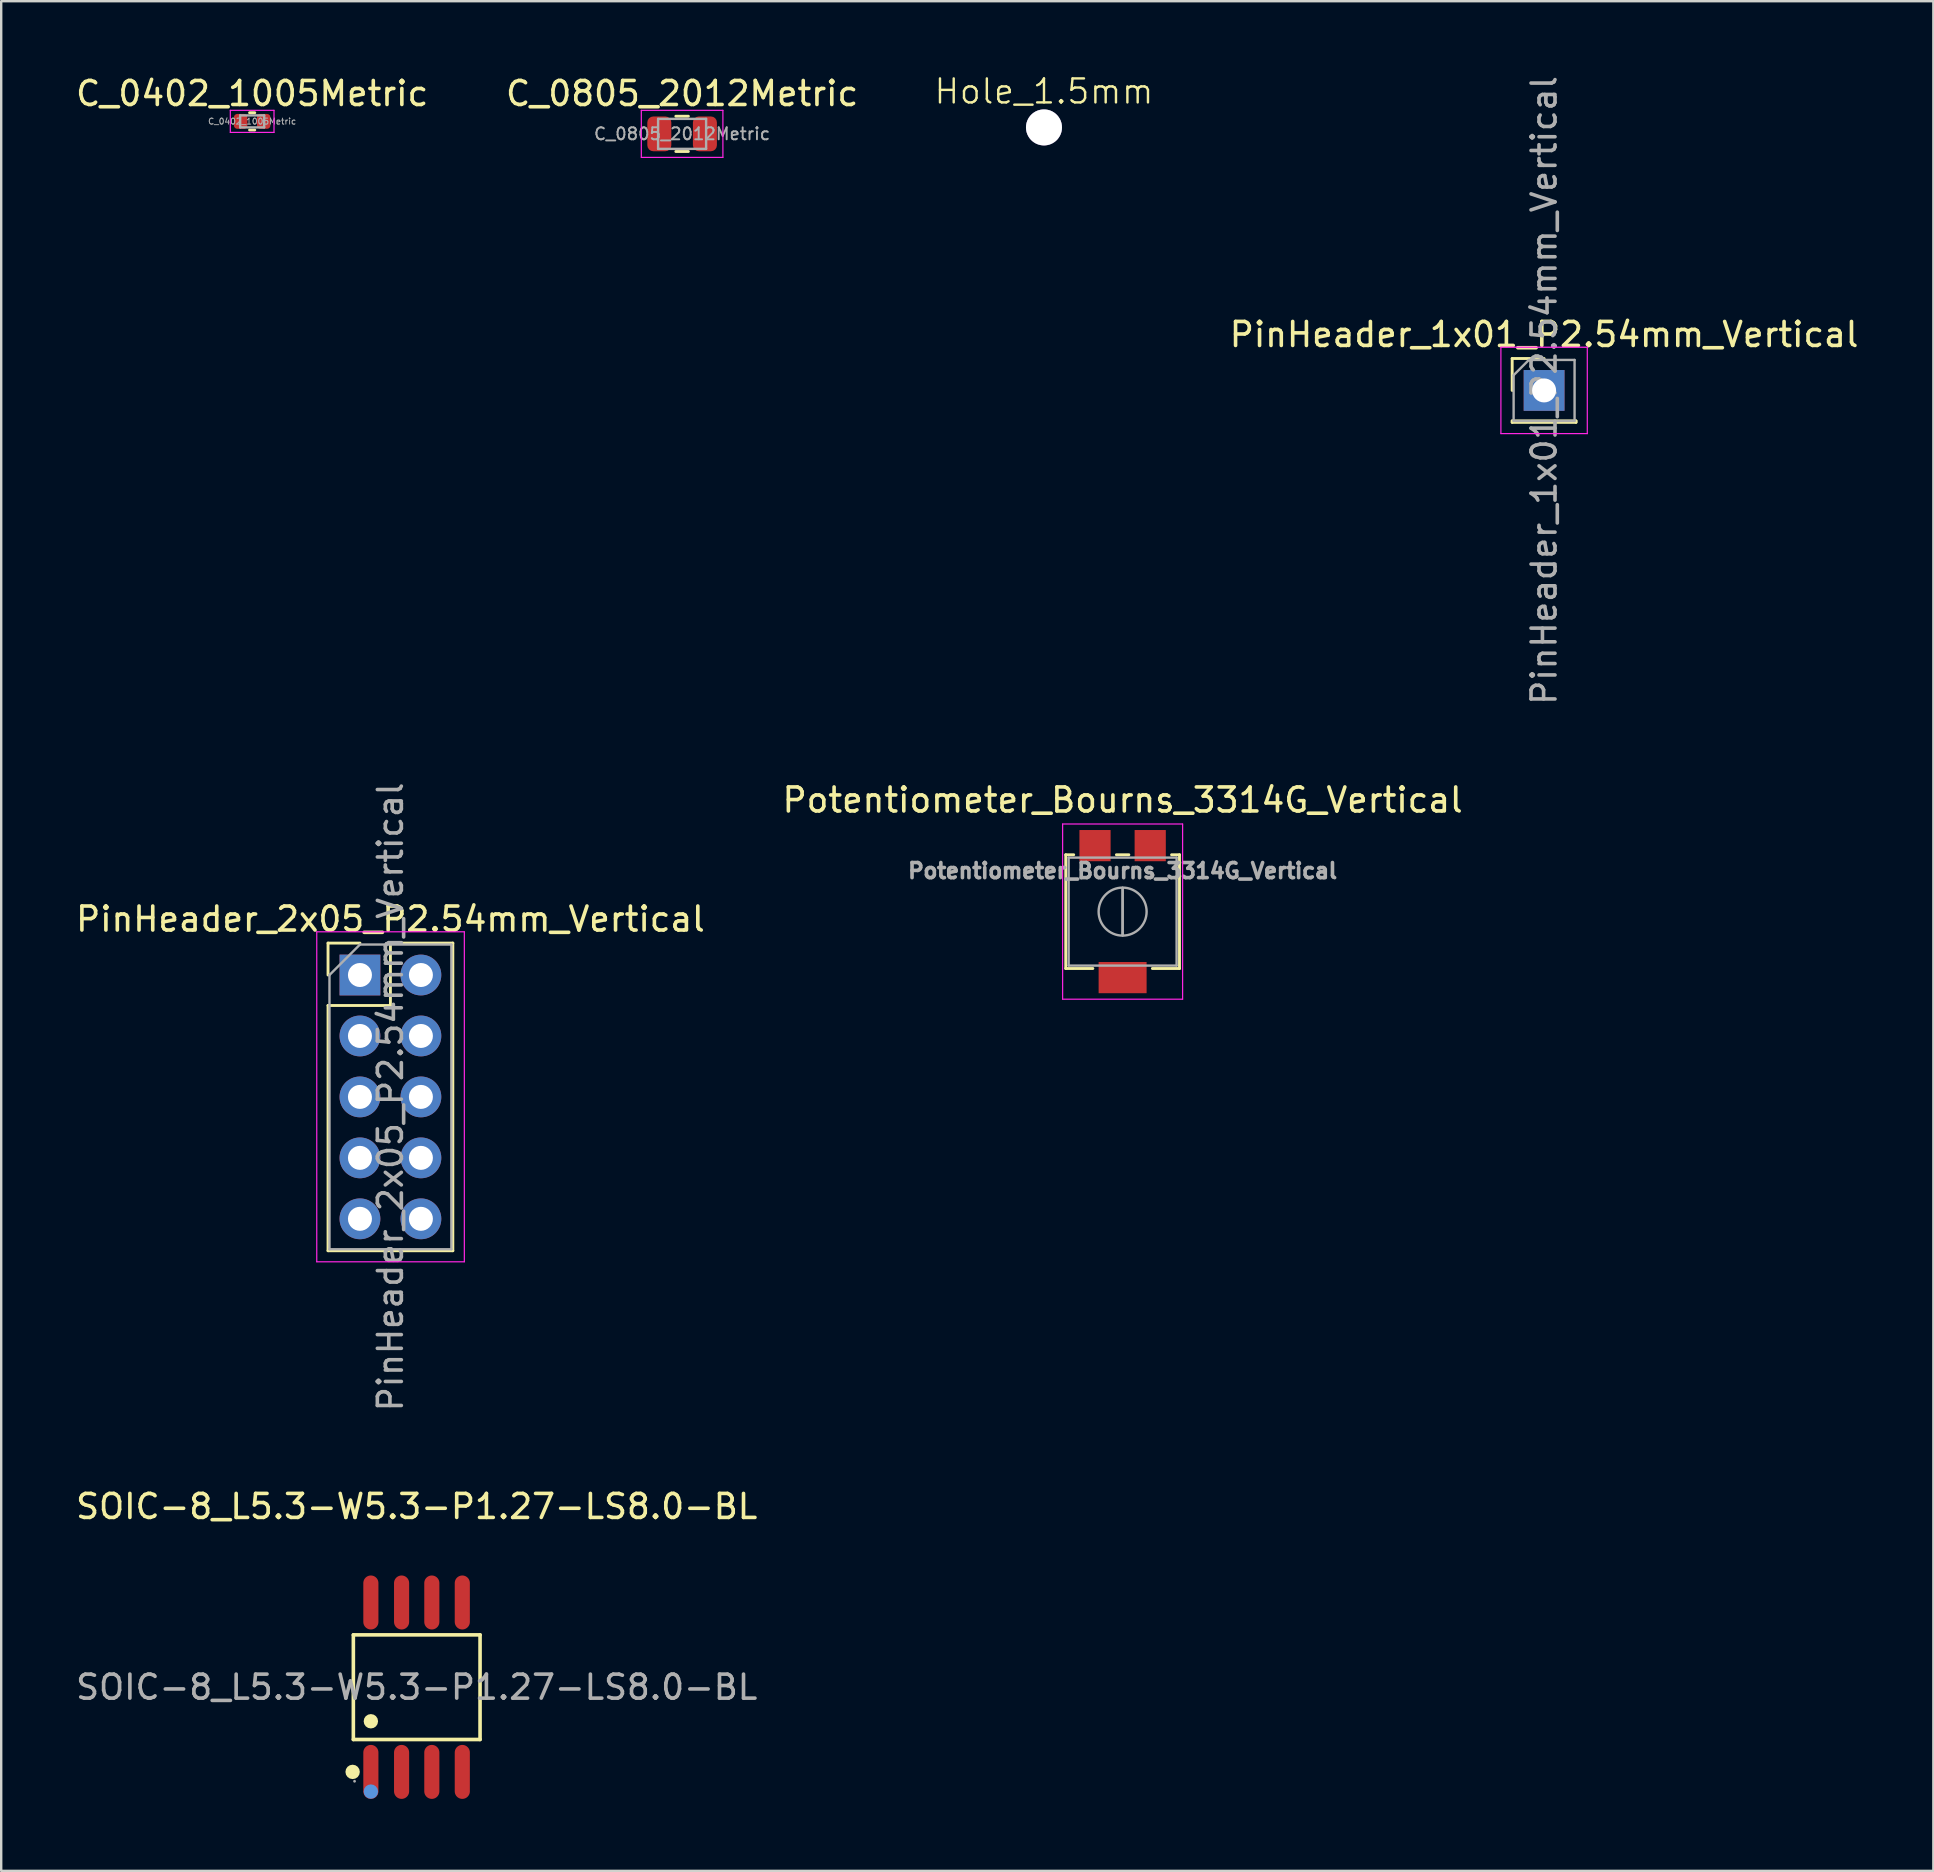
<source format=kicad_pcb>
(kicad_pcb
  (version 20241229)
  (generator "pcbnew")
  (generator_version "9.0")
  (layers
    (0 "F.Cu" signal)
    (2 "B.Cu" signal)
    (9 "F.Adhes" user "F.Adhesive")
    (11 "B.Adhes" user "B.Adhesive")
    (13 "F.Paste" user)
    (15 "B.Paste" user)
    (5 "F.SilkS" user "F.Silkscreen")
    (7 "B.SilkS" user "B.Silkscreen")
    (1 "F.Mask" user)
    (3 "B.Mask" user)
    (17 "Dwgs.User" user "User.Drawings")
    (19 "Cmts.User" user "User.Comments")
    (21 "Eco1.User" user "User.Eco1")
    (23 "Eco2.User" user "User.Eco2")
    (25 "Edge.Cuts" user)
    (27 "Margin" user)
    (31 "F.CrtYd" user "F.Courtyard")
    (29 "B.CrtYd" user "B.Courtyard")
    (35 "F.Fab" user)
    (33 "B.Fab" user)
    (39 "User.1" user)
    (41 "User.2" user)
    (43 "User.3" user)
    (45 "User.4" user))
  (footprint "PinHeader_2x05_P2.54mm_Vertical"
    (layer "F.Cu")
    (at 11.95 37.581)
    (property "Reference" "PinHeader_2x05_P2.54mm_Vertical" (at 1.27 -2.33 0) (layer "F.SilkS") (effects (font (size 1 1) (thickness 0.15))))
    (attr through_hole)
    (fp_line (start -1.33 -1.33) (end 0 -1.33) (stroke (width 0.12) (type solid)) (layer "F.SilkS"))
    (fp_line (start -1.33 0) (end -1.33 -1.33) (stroke (width 0.12) (type solid)) (layer "F.SilkS"))
    (fp_line (start -1.33 1.27) (end -1.33 11.49) (stroke (width 0.12) (type solid)) (layer "F.SilkS"))
    (fp_line (start -1.33 1.27) (end 1.27 1.27) (stroke (width 0.12) (type solid)) (layer "F.SilkS"))
    (fp_line (start -1.33 11.49) (end 3.87 11.49) (stroke (width 0.12) (type solid)) (layer "F.SilkS"))
    (fp_line (start 1.27 -1.33) (end 3.87 -1.33) (stroke (width 0.12) (type solid)) (layer "F.SilkS"))
    (fp_line (start 1.27 1.27) (end 1.27 -1.33) (stroke (width 0.12) (type solid)) (layer "F.SilkS"))
    (fp_line (start 3.87 -1.33) (end 3.87 11.49) (stroke (width 0.12) (type solid)) (layer "F.SilkS"))
    (fp_line (start -1.8 -1.8) (end -1.8 11.95) (stroke (width 0.05) (type solid)) (layer "F.CrtYd"))
    (fp_line (start -1.8 11.95) (end 4.35 11.95) (stroke (width 0.05) (type solid)) (layer "F.CrtYd"))
    (fp_line (start 4.35 -1.8) (end -1.8 -1.8) (stroke (width 0.05) (type solid)) (layer "F.CrtYd"))
    (fp_line (start 4.35 11.95) (end 4.35 -1.8) (stroke (width 0.05) (type solid)) (layer "F.CrtYd"))
    (fp_line (start -1.27 0) (end 0 -1.27) (stroke (width 0.1) (type solid)) (layer "F.Fab"))
    (fp_line (start -1.27 11.43) (end -1.27 0) (stroke (width 0.1) (type solid)) (layer "F.Fab"))
    (fp_line (start 0 -1.27) (end 3.81 -1.27) (stroke (width 0.1) (type solid)) (layer "F.Fab"))
    (fp_line (start 3.81 -1.27) (end 3.81 11.43) (stroke (width 0.1) (type solid)) (layer "F.Fab"))
    (fp_line (start 3.81 11.43) (end -1.27 11.43) (stroke (width 0.1) (type solid)) (layer "F.Fab"))
    (fp_text user "${REFERENCE}" (at 1.27 5.08 90) (layer "F.Fab") (effects (font (size 1 1) (thickness 0.15))))
    (pad "1" thru_hole rect (at 0 0) (size 1.7 1.7) (drill 1) (layers "*.Cu" "*.Mask"))
    (pad "2" thru_hole oval (at 2.54 0) (size 1.7 1.7) (drill 1) (layers "*.Cu" "*.Mask"))
    (pad "3" thru_hole oval (at 0 2.54) (size 1.7 1.7) (drill 1) (layers "*.Cu" "*.Mask"))
    (pad "4" thru_hole oval (at 2.54 2.54) (size 1.7 1.7) (drill 1) (layers "*.Cu" "*.Mask"))
    (pad "5" thru_hole oval (at 0 5.08) (size 1.7 1.7) (drill 1) (layers "*.Cu" "*.Mask"))
    (pad "6" thru_hole oval (at 2.54 5.08) (size 1.7 1.7) (drill 1) (layers "*.Cu" "*.Mask"))
    (pad "7" thru_hole oval (at 0 7.62) (size 1.7 1.7) (drill 1) (layers "*.Cu" "*.Mask"))
    (pad "8" thru_hole oval (at 2.54 7.62) (size 1.7 1.7) (drill 1) (layers "*.Cu" "*.Mask"))
    (pad "9" thru_hole oval (at 0 10.16) (size 1.7 1.7) (drill 1) (layers "*.Cu" "*.Mask"))
    (pad "10" thru_hole oval (at 2.54 10.16) (size 1.7 1.7) (drill 1) (layers "*.Cu" "*.Mask")))
  (footprint "PinHeader_1x01_P2.54mm_Vertical"
    (layer "F.Cu")
    (at 61.296 13.22)
    (property "Reference" "PinHeader_1x01_P2.54mm_Vertical" (at 0 -2.33 0) (layer "F.SilkS") (effects (font (size 1 1) (thickness 0.15))))
    (attr through_hole)
    (fp_line (start -1.33 -1.33) (end 0 -1.33) (stroke (width 0.12) (type solid)) (layer "F.SilkS"))
    (fp_line (start -1.33 0) (end -1.33 -1.33) (stroke (width 0.12) (type solid)) (layer "F.SilkS"))
    (fp_line (start -1.33 1.27) (end -1.33 1.33) (stroke (width 0.12) (type solid)) (layer "F.SilkS"))
    (fp_line (start -1.33 1.27) (end 1.33 1.27) (stroke (width 0.12) (type solid)) (layer "F.SilkS"))
    (fp_line (start -1.33 1.33) (end 1.33 1.33) (stroke (width 0.12) (type solid)) (layer "F.SilkS"))
    (fp_line (start 1.33 1.27) (end 1.33 1.33) (stroke (width 0.12) (type solid)) (layer "F.SilkS"))
    (fp_line (start -1.8 -1.8) (end -1.8 1.8) (stroke (width 0.05) (type solid)) (layer "F.CrtYd"))
    (fp_line (start -1.8 1.8) (end 1.8 1.8) (stroke (width 0.05) (type solid)) (layer "F.CrtYd"))
    (fp_line (start 1.8 -1.8) (end -1.8 -1.8) (stroke (width 0.05) (type solid)) (layer "F.CrtYd"))
    (fp_line (start 1.8 1.8) (end 1.8 -1.8) (stroke (width 0.05) (type solid)) (layer "F.CrtYd"))
    (fp_line (start -1.27 -0.635) (end -0.635 -1.27) (stroke (width 0.1) (type solid)) (layer "F.Fab"))
    (fp_line (start -1.27 1.27) (end -1.27 -0.635) (stroke (width 0.1) (type solid)) (layer "F.Fab"))
    (fp_line (start -0.635 -1.27) (end 1.27 -1.27) (stroke (width 0.1) (type solid)) (layer "F.Fab"))
    (fp_line (start 1.27 -1.27) (end 1.27 1.27) (stroke (width 0.1) (type solid)) (layer "F.Fab"))
    (fp_line (start 1.27 1.27) (end -1.27 1.27) (stroke (width 0.1) (type solid)) (layer "F.Fab"))
    (fp_text user "${REFERENCE}" (at 0 0 90) (layer "F.Fab") (effects (font (size 1 1) (thickness 0.15))))
    (pad "1" thru_hole rect (at 0 0) (size 1.7 1.7) (drill 1) (layers "*.Cu" "*.Mask")))
  (footprint "C_0805_2012Metric"
    (layer "F.Cu")
    (at 25.375 2.528)
    (property "Reference" "C_0805_2012Metric" (at 0 -1.68 0) (layer "F.SilkS") (effects (font (size 1 1) (thickness 0.15))))
    (attr smd)
    (fp_line (start -0.261 -0.735) (end 0.261 -0.735) (stroke (width 0.12) (type solid)) (layer "F.SilkS"))
    (fp_line (start -0.261 0.735) (end 0.261 0.735) (stroke (width 0.12) (type solid)) (layer "F.SilkS"))
    (fp_line (start -1.7 -0.98) (end 1.7 -0.98) (stroke (width 0.05) (type solid)) (layer "F.CrtYd"))
    (fp_line (start -1.7 0.98) (end -1.7 -0.98) (stroke (width 0.05) (type solid)) (layer "F.CrtYd"))
    (fp_line (start 1.7 -0.98) (end 1.7 0.98) (stroke (width 0.05) (type solid)) (layer "F.CrtYd"))
    (fp_line (start 1.7 0.98) (end -1.7 0.98) (stroke (width 0.05) (type solid)) (layer "F.CrtYd"))
    (fp_line (start -1 -0.625) (end 1 -0.625) (stroke (width 0.1) (type solid)) (layer "F.Fab"))
    (fp_line (start -1 0.625) (end -1 -0.625) (stroke (width 0.1) (type solid)) (layer "F.Fab"))
    (fp_line (start 1 -0.625) (end 1 0.625) (stroke (width 0.1) (type solid)) (layer "F.Fab"))
    (fp_line (start 1 0.625) (end -1 0.625) (stroke (width 0.1) (type solid)) (layer "F.Fab"))
    (fp_text user "${REFERENCE}" (at 0 0 0) (layer "F.Fab") (effects (font (size 0.5 0.5) (thickness 0.08))))
    (pad "1" smd roundrect (at -0.95 0) (size 1 1.45) (layers "F.Cu" "F.Mask" "F.Paste") (roundrect_rratio 0.25))
    (pad "2" smd roundrect (at 0.95 0) (size 1 1.45) (layers "F.Cu" "F.Mask" "F.Paste") (roundrect_rratio 0.25)))
  (footprint "C_0402_1005Metric"
    (layer "F.Cu")
    (at 7.458 2.008)
    (property "Reference" "C_0402_1005Metric" (at 0 -1.16 0) (layer "F.SilkS") (effects (font (size 1 1) (thickness 0.15))))
    (attr smd)
    (fp_line (start -0.108 -0.36) (end 0.108 -0.36) (stroke (width 0.12) (type solid)) (layer "F.SilkS"))
    (fp_line (start -0.108 0.36) (end 0.108 0.36) (stroke (width 0.12) (type solid)) (layer "F.SilkS"))
    (fp_line (start -0.91 -0.46) (end 0.91 -0.46) (stroke (width 0.05) (type solid)) (layer "F.CrtYd"))
    (fp_line (start -0.91 0.46) (end -0.91 -0.46) (stroke (width 0.05) (type solid)) (layer "F.CrtYd"))
    (fp_line (start 0.91 -0.46) (end 0.91 0.46) (stroke (width 0.05) (type solid)) (layer "F.CrtYd"))
    (fp_line (start 0.91 0.46) (end -0.91 0.46) (stroke (width 0.05) (type solid)) (layer "F.CrtYd"))
    (fp_line (start -0.5 -0.25) (end 0.5 -0.25) (stroke (width 0.1) (type solid)) (layer "F.Fab"))
    (fp_line (start -0.5 0.25) (end -0.5 -0.25) (stroke (width 0.1) (type solid)) (layer "F.Fab"))
    (fp_line (start 0.5 -0.25) (end 0.5 0.25) (stroke (width 0.1) (type solid)) (layer "F.Fab"))
    (fp_line (start 0.5 0.25) (end -0.5 0.25) (stroke (width 0.1) (type solid)) (layer "F.Fab"))
    (fp_text user "${REFERENCE}" (at 0 0 0) (layer "F.Fab") (effects (font (size 0.25 0.25) (thickness 0.04))))
    (pad "1" smd roundrect (at -0.48 0) (size 0.56 0.62) (layers "F.Cu" "F.Mask" "F.Paste") (roundrect_rratio 0.25))
    (pad "2" smd roundrect (at 0.48 0) (size 0.56 0.62) (layers "F.Cu" "F.Mask" "F.Paste") (roundrect_rratio 0.25)))
  (footprint "Hole_1.5mm"
    (layer "F.Cu")
    (at 40.455 2.26)
    (property "Reference" "Hole_1.5mm" (at 0 -1.5 0) (unlocked yes) (layer "F.SilkS") (effects (font (size 1 1) (thickness 0.1))))
    (pad "0" thru_hole circle (at 0 0) (size 1.5 1.5) (drill 1.5) (layers "*.Cu" "*.Mask")))
  (footprint "SOIC-8_L5.3-W5.3-P1.27-LS8.0-BL"
    (layer "F.Cu")
    (at 14.315 67.259)
    (property "Reference" "SOIC-8_L5.3-W5.3-P1.27-LS8.0-BL" (at 0 -7.53 0) (layer "F.SilkS") (effects (font (size 1 1) (thickness 0.15))))
    (attr smd)
    (fp_line (start -2.64 -2.18) (end 2.64 -2.18) (stroke (width 0.15) (type solid)) (layer "F.SilkS"))
    (fp_line (start -2.64 2.18) (end -2.64 -2.18) (stroke (width 0.15) (type solid)) (layer "F.SilkS"))
    (fp_line (start 2.64 -2.18) (end 2.64 2.18) (stroke (width 0.15) (type solid)) (layer "F.SilkS"))
    (fp_line (start 2.64 2.18) (end -2.64 2.18) (stroke (width 0.15) (type solid)) (layer "F.SilkS"))
    (fp_circle (center -2.67 3.53) (end -2.52 3.53) (stroke (width 0.3) (type solid)) (fill no) (layer "F.SilkS"))
    (fp_circle (center -1.91 1.42) (end -1.76 1.42) (stroke (width 0.3) (type solid)) (fill no) (layer "F.SilkS"))
    (fp_circle (center -1.91 4.35) (end -1.76 4.35) (stroke (width 0.3) (type solid)) (fill no) (layer "Cmts.User"))
    (fp_circle (center -2.59 3.92) (end -2.56 3.92) (stroke (width 0.06) (type solid)) (fill no) (layer "F.Fab"))
    (fp_text user "${REFERENCE}" (at 0 0 0) (layer "F.Fab") (effects (font (size 1 1) (thickness 0.15))))
    (pad "1" smd oval (at -1.91 3.53) (size 0.63 2.25) (layers "F.Cu" "F.Mask" "F.Paste"))
    (pad "2" smd oval (at -0.63 3.53) (size 0.63 2.25) (layers "F.Cu" "F.Mask" "F.Paste"))
    (pad "3" smd oval (at 0.63 3.53) (size 0.63 2.25) (layers "F.Cu" "F.Mask" "F.Paste"))
    (pad "4" smd oval (at 1.9 3.53) (size 0.63 2.25) (layers "F.Cu" "F.Mask" "F.Paste"))
    (pad "5" smd oval (at 1.9 -3.53) (size 0.63 2.25) (layers "F.Cu" "F.Mask" "F.Paste"))
    (pad "6" smd oval (at 0.63 -3.53) (size 0.63 2.25) (layers "F.Cu" "F.Mask" "F.Paste"))
    (pad "7" smd oval (at -0.63 -3.53) (size 0.63 2.25) (layers "F.Cu" "F.Mask" "F.Paste"))
    (pad "8" smd oval (at -1.91 -3.53) (size 0.63 2.25) (layers "F.Cu" "F.Mask" "F.Paste")))
  (footprint "Potentiometer_Bourns_3314G_Vertical"
    (layer "F.Cu")
    (at 43.732 34.939)
    (property "Reference" "Potentiometer_Bourns_3314G_Vertical" (at 0 -4.65 180) (layer "F.SilkS") (effects (font (size 1 1) (thickness 0.15))))
    (attr smd)
    (fp_line (start -2.37 -2.37) (end -2.37 2.37) (stroke (width 0.12) (type solid)) (layer "F.SilkS"))
    (fp_line (start -2.37 -2.37) (end -2.039 -2.37) (stroke (width 0.12) (type solid)) (layer "F.SilkS"))
    (fp_line (start -2.37 2.37) (end -1.24 2.37) (stroke (width 0.12) (type solid)) (layer "F.SilkS"))
    (fp_line (start -0.259 -2.37) (end 0.26 -2.37) (stroke (width 0.12) (type solid)) (layer "F.SilkS"))
    (fp_line (start 1.24 2.37) (end 2.37 2.37) (stroke (width 0.12) (type solid)) (layer "F.SilkS"))
    (fp_line (start 2.04 -2.37) (end 2.37 -2.37) (stroke (width 0.12) (type solid)) (layer "F.SilkS"))
    (fp_line (start 2.37 -2.37) (end 2.37 2.37) (stroke (width 0.12) (type solid)) (layer "F.SilkS"))
    (fp_line (start -2.5 -3.65) (end -2.5 3.65) (stroke (width 0.05) (type solid)) (layer "F.CrtYd"))
    (fp_line (start -2.5 3.65) (end 2.5 3.65) (stroke (width 0.05) (type solid)) (layer "F.CrtYd"))
    (fp_line (start 2.5 -3.65) (end -2.5 -3.65) (stroke (width 0.05) (type solid)) (layer "F.CrtYd"))
    (fp_line (start 2.5 3.65) (end 2.5 -3.65) (stroke (width 0.05) (type solid)) (layer "F.CrtYd"))
    (fp_line (start -2.25 -2.25) (end -2.25 2.25) (stroke (width 0.1) (type solid)) (layer "F.Fab"))
    (fp_line (start -2.25 2.25) (end 2.25 2.25) (stroke (width 0.1) (type solid)) (layer "F.Fab"))
    (fp_line (start 0 0.99) (end 0.001 -0.989) (stroke (width 0.1) (type solid)) (layer "F.Fab"))
    (fp_line (start 0 0.99) (end 0.001 -0.989) (stroke (width 0.1) (type solid)) (layer "F.Fab"))
    (fp_line (start 2.25 -2.25) (end -2.25 -2.25) (stroke (width 0.1) (type solid)) (layer "F.Fab"))
    (fp_line (start 2.25 2.25) (end 2.25 -2.25) (stroke (width 0.1) (type solid)) (layer "F.Fab"))
    (fp_circle (center 0 0) (end 1 0) (stroke (width 0.1) (type solid)) (fill no) (layer "F.Fab"))
    (fp_text user "${REFERENCE}" (at 0 -1.7 180) (layer "F.Fab") (effects (font (size 0.63 0.63) (thickness 0.15))))
    (pad "1" smd rect (at 1.15 -2.75) (size 1.3 1.3) (layers "F.Cu" "F.Mask" "F.Paste"))
    (pad "2" smd rect (at 0 2.75) (size 2 1.3) (layers "F.Cu" "F.Mask" "F.Paste"))
    (pad "3" smd rect (at -1.15 -2.75) (size 1.3 1.3) (layers "F.Cu" "F.Mask" "F.Paste")))
  (gr_rect
    (start -3 -3)
    (end 77.517 74.914)
    (stroke (width 0.1) (type default))
    (fill no)
    (layer "Edge.Cuts")))
</source>
